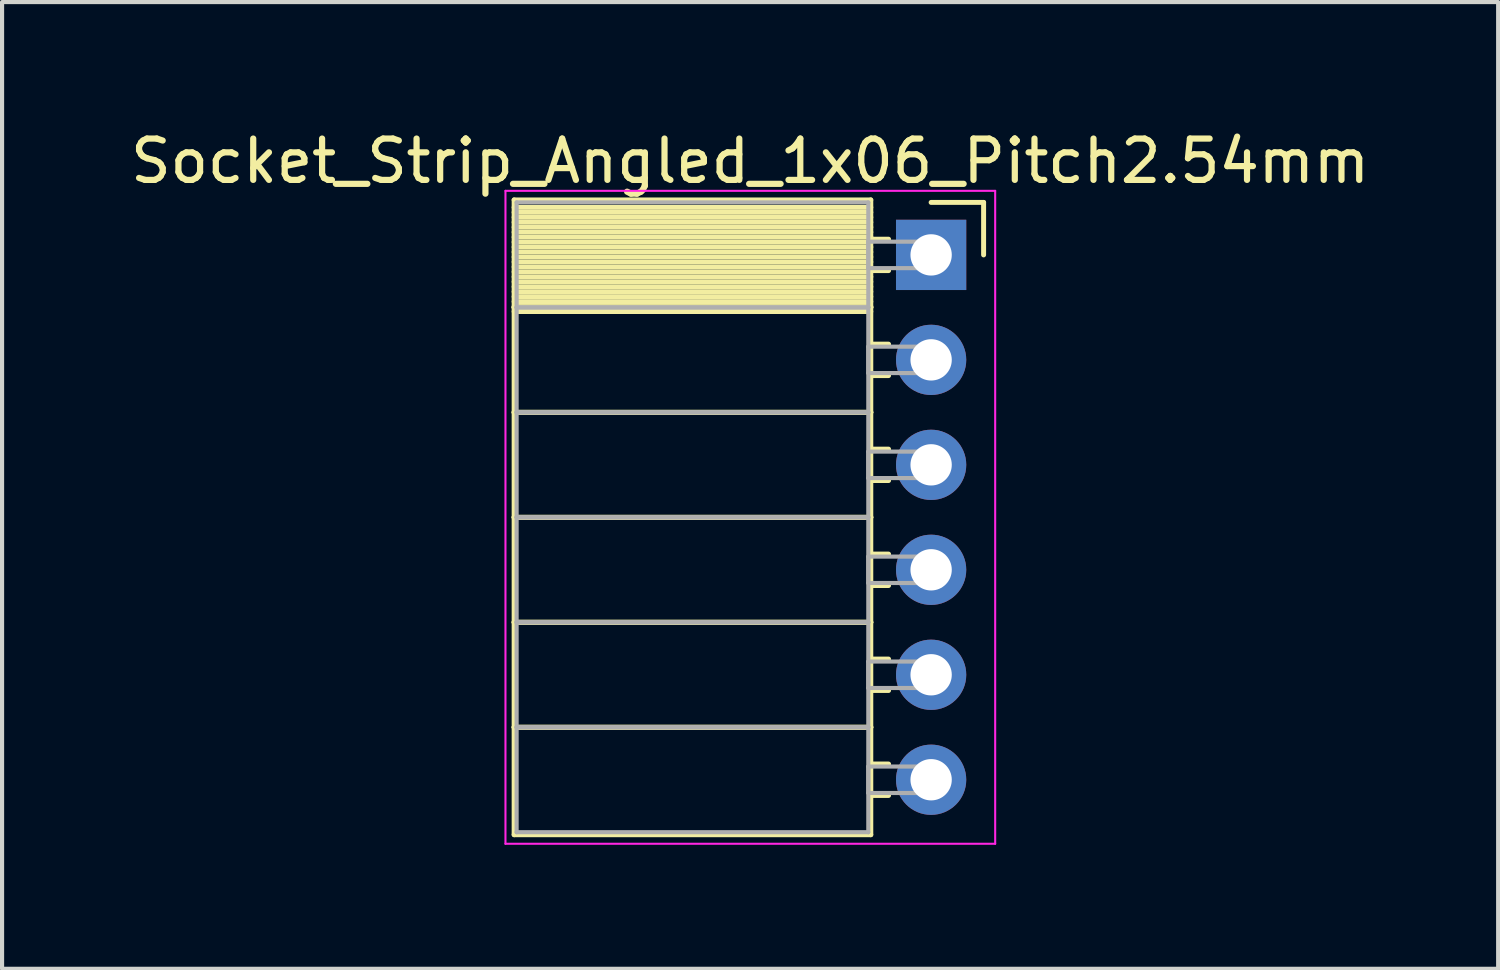
<source format=kicad_pcb>
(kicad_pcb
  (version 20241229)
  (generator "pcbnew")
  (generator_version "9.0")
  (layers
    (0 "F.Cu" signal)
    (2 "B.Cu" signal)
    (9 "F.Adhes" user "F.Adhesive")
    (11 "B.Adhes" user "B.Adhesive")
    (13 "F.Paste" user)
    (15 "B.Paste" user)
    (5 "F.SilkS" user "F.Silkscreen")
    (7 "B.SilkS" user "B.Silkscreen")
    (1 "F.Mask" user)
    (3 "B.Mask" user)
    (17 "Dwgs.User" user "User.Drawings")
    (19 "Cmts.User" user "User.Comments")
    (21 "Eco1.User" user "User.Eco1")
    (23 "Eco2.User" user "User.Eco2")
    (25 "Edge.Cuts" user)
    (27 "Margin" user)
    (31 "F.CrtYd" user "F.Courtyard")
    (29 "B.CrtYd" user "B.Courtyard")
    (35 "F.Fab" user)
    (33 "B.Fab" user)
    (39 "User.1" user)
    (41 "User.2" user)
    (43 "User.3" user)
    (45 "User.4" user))
  (footprint "Socket_Strip_Angled_1x06_Pitch2.54mm"
    (layer "F.Cu")
    (at 19.481 3.118)
    (property "Reference" "Socket_Strip_Angled_1x06_Pitch2.54mm" (at -4.38 -2.27 0) (layer "F.SilkS") (effects (font (size 1 1) (thickness 0.15))))
    (attr through_hole)
    (fp_line (start -10.09 -1.33) (end -1.46 -1.33) (stroke (width 0.12) (type solid)) (layer "F.SilkS"))
    (fp_line (start -10.09 1.27) (end -10.09 -1.33) (stroke (width 0.12) (type solid)) (layer "F.SilkS"))
    (fp_line (start -10.09 1.27) (end -1.46 1.27) (stroke (width 0.12) (type solid)) (layer "F.SilkS"))
    (fp_line (start -10.09 3.81) (end -10.09 1.27) (stroke (width 0.12) (type solid)) (layer "F.SilkS"))
    (fp_line (start -10.09 3.81) (end -1.46 3.81) (stroke (width 0.12) (type solid)) (layer "F.SilkS"))
    (fp_line (start -10.09 6.35) (end -10.09 3.81) (stroke (width 0.12) (type solid)) (layer "F.SilkS"))
    (fp_line (start -10.09 6.35) (end -1.46 6.35) (stroke (width 0.12) (type solid)) (layer "F.SilkS"))
    (fp_line (start -10.09 8.89) (end -10.09 6.35) (stroke (width 0.12) (type solid)) (layer "F.SilkS"))
    (fp_line (start -10.09 8.89) (end -1.46 8.89) (stroke (width 0.12) (type solid)) (layer "F.SilkS"))
    (fp_line (start -10.09 11.43) (end -10.09 8.89) (stroke (width 0.12) (type solid)) (layer "F.SilkS"))
    (fp_line (start -10.09 11.43) (end -1.46 11.43) (stroke (width 0.12) (type solid)) (layer "F.SilkS"))
    (fp_line (start -10.09 14.03) (end -10.09 11.43) (stroke (width 0.12) (type solid)) (layer "F.SilkS"))
    (fp_line (start -1.46 -1.33) (end -1.46 1.27) (stroke (width 0.12) (type solid)) (layer "F.SilkS"))
    (fp_line (start -1.46 -1.15) (end -10.09 -1.15) (stroke (width 0.12) (type solid)) (layer "F.SilkS"))
    (fp_line (start -1.46 -1.03) (end -10.09 -1.03) (stroke (width 0.12) (type solid)) (layer "F.SilkS"))
    (fp_line (start -1.46 -0.91) (end -10.09 -0.91) (stroke (width 0.12) (type solid)) (layer "F.SilkS"))
    (fp_line (start -1.46 -0.79) (end -10.09 -0.79) (stroke (width 0.12) (type solid)) (layer "F.SilkS"))
    (fp_line (start -1.46 -0.67) (end -10.09 -0.67) (stroke (width 0.12) (type solid)) (layer "F.SilkS"))
    (fp_line (start -1.46 -0.55) (end -10.09 -0.55) (stroke (width 0.12) (type solid)) (layer "F.SilkS"))
    (fp_line (start -1.46 -0.43) (end -10.09 -0.43) (stroke (width 0.12) (type solid)) (layer "F.SilkS"))
    (fp_line (start -1.46 -0.31) (end -10.09 -0.31) (stroke (width 0.12) (type solid)) (layer "F.SilkS"))
    (fp_line (start -1.46 -0.19) (end -10.09 -0.19) (stroke (width 0.12) (type solid)) (layer "F.SilkS"))
    (fp_line (start -1.46 -0.07) (end -10.09 -0.07) (stroke (width 0.12) (type solid)) (layer "F.SilkS"))
    (fp_line (start -1.46 0.05) (end -10.09 0.05) (stroke (width 0.12) (type solid)) (layer "F.SilkS"))
    (fp_line (start -1.46 0.17) (end -10.09 0.17) (stroke (width 0.12) (type solid)) (layer "F.SilkS"))
    (fp_line (start -1.46 0.29) (end -10.09 0.29) (stroke (width 0.12) (type solid)) (layer "F.SilkS"))
    (fp_line (start -1.46 0.41) (end -10.09 0.41) (stroke (width 0.12) (type solid)) (layer "F.SilkS"))
    (fp_line (start -1.46 0.53) (end -10.09 0.53) (stroke (width 0.12) (type solid)) (layer "F.SilkS"))
    (fp_line (start -1.46 0.65) (end -10.09 0.65) (stroke (width 0.12) (type solid)) (layer "F.SilkS"))
    (fp_line (start -1.46 0.77) (end -10.09 0.77) (stroke (width 0.12) (type solid)) (layer "F.SilkS"))
    (fp_line (start -1.46 0.89) (end -10.09 0.89) (stroke (width 0.12) (type solid)) (layer "F.SilkS"))
    (fp_line (start -1.46 1.01) (end -10.09 1.01) (stroke (width 0.12) (type solid)) (layer "F.SilkS"))
    (fp_line (start -1.46 1.13) (end -10.09 1.13) (stroke (width 0.12) (type solid)) (layer "F.SilkS"))
    (fp_line (start -1.46 1.25) (end -10.09 1.25) (stroke (width 0.12) (type solid)) (layer "F.SilkS"))
    (fp_line (start -1.46 1.27) (end -10.09 1.27) (stroke (width 0.12) (type solid)) (layer "F.SilkS"))
    (fp_line (start -1.46 1.27) (end -1.46 3.81) (stroke (width 0.12) (type solid)) (layer "F.SilkS"))
    (fp_line (start -1.46 1.37) (end -10.09 1.37) (stroke (width 0.12) (type solid)) (layer "F.SilkS"))
    (fp_line (start -1.46 3.81) (end -10.09 3.81) (stroke (width 0.12) (type solid)) (layer "F.SilkS"))
    (fp_line (start -1.46 3.81) (end -1.46 6.35) (stroke (width 0.12) (type solid)) (layer "F.SilkS"))
    (fp_line (start -1.46 6.35) (end -10.09 6.35) (stroke (width 0.12) (type solid)) (layer "F.SilkS"))
    (fp_line (start -1.46 6.35) (end -1.46 8.89) (stroke (width 0.12) (type solid)) (layer "F.SilkS"))
    (fp_line (start -1.46 8.89) (end -10.09 8.89) (stroke (width 0.12) (type solid)) (layer "F.SilkS"))
    (fp_line (start -1.46 8.89) (end -1.46 11.43) (stroke (width 0.12) (type solid)) (layer "F.SilkS"))
    (fp_line (start -1.46 11.43) (end -10.09 11.43) (stroke (width 0.12) (type solid)) (layer "F.SilkS"))
    (fp_line (start -1.46 11.43) (end -1.46 14.03) (stroke (width 0.12) (type solid)) (layer "F.SilkS"))
    (fp_line (start -1.46 14.03) (end -10.09 14.03) (stroke (width 0.12) (type solid)) (layer "F.SilkS"))
    (fp_line (start -1.03 -0.38) (end -1.46 -0.38) (stroke (width 0.12) (type solid)) (layer "F.SilkS"))
    (fp_line (start -1.03 0.38) (end -1.46 0.38) (stroke (width 0.12) (type solid)) (layer "F.SilkS"))
    (fp_line (start -1.03 2.16) (end -1.46 2.16) (stroke (width 0.12) (type solid)) (layer "F.SilkS"))
    (fp_line (start -1.03 2.92) (end -1.46 2.92) (stroke (width 0.12) (type solid)) (layer "F.SilkS"))
    (fp_line (start -1.03 4.7) (end -1.46 4.7) (stroke (width 0.12) (type solid)) (layer "F.SilkS"))
    (fp_line (start -1.03 5.46) (end -1.46 5.46) (stroke (width 0.12) (type solid)) (layer "F.SilkS"))
    (fp_line (start -1.03 7.24) (end -1.46 7.24) (stroke (width 0.12) (type solid)) (layer "F.SilkS"))
    (fp_line (start -1.03 8) (end -1.46 8) (stroke (width 0.12) (type solid)) (layer "F.SilkS"))
    (fp_line (start -1.03 9.78) (end -1.46 9.78) (stroke (width 0.12) (type solid)) (layer "F.SilkS"))
    (fp_line (start -1.03 10.54) (end -1.46 10.54) (stroke (width 0.12) (type solid)) (layer "F.SilkS"))
    (fp_line (start -1.03 12.32) (end -1.46 12.32) (stroke (width 0.12) (type solid)) (layer "F.SilkS"))
    (fp_line (start -1.03 13.08) (end -1.46 13.08) (stroke (width 0.12) (type solid)) (layer "F.SilkS"))
    (fp_line (start 0 -1.27) (end 1.27 -1.27) (stroke (width 0.12) (type solid)) (layer "F.SilkS"))
    (fp_line (start 1.27 -1.27) (end 1.27 0) (stroke (width 0.12) (type solid)) (layer "F.SilkS"))
    (fp_line (start -10.3 -1.55) (end 1.55 -1.55) (stroke (width 0.05) (type solid)) (layer "F.CrtYd"))
    (fp_line (start -10.3 14.25) (end -10.3 -1.55) (stroke (width 0.05) (type solid)) (layer "F.CrtYd"))
    (fp_line (start 1.55 -1.55) (end 1.55 14.25) (stroke (width 0.05) (type solid)) (layer "F.CrtYd"))
    (fp_line (start 1.55 14.25) (end -10.3 14.25) (stroke (width 0.05) (type solid)) (layer "F.CrtYd"))
    (fp_line (start -10.03 -1.27) (end -1.52 -1.27) (stroke (width 0.1) (type solid)) (layer "F.Fab"))
    (fp_line (start -10.03 1.27) (end -10.03 -1.27) (stroke (width 0.1) (type solid)) (layer "F.Fab"))
    (fp_line (start -10.03 1.27) (end -1.52 1.27) (stroke (width 0.1) (type solid)) (layer "F.Fab"))
    (fp_line (start -10.03 3.81) (end -10.03 1.27) (stroke (width 0.1) (type solid)) (layer "F.Fab"))
    (fp_line (start -10.03 3.81) (end -1.52 3.81) (stroke (width 0.1) (type solid)) (layer "F.Fab"))
    (fp_line (start -10.03 6.35) (end -10.03 3.81) (stroke (width 0.1) (type solid)) (layer "F.Fab"))
    (fp_line (start -10.03 6.35) (end -1.52 6.35) (stroke (width 0.1) (type solid)) (layer "F.Fab"))
    (fp_line (start -10.03 8.89) (end -10.03 6.35) (stroke (width 0.1) (type solid)) (layer "F.Fab"))
    (fp_line (start -10.03 8.89) (end -1.52 8.89) (stroke (width 0.1) (type solid)) (layer "F.Fab"))
    (fp_line (start -10.03 11.43) (end -10.03 8.89) (stroke (width 0.1) (type solid)) (layer "F.Fab"))
    (fp_line (start -10.03 11.43) (end -1.52 11.43) (stroke (width 0.1) (type solid)) (layer "F.Fab"))
    (fp_line (start -10.03 13.97) (end -10.03 11.43) (stroke (width 0.1) (type solid)) (layer "F.Fab"))
    (fp_line (start -1.52 -1.27) (end -1.52 1.27) (stroke (width 0.1) (type solid)) (layer "F.Fab"))
    (fp_line (start -1.52 -0.32) (end 0 -0.32) (stroke (width 0.1) (type solid)) (layer "F.Fab"))
    (fp_line (start -1.52 0.32) (end -1.52 -0.32) (stroke (width 0.1) (type solid)) (layer "F.Fab"))
    (fp_line (start -1.52 1.27) (end -10.03 1.27) (stroke (width 0.1) (type solid)) (layer "F.Fab"))
    (fp_line (start -1.52 1.27) (end -1.52 3.81) (stroke (width 0.1) (type solid)) (layer "F.Fab"))
    (fp_line (start -1.52 2.22) (end 0 2.22) (stroke (width 0.1) (type solid)) (layer "F.Fab"))
    (fp_line (start -1.52 2.86) (end -1.52 2.22) (stroke (width 0.1) (type solid)) (layer "F.Fab"))
    (fp_line (start -1.52 3.81) (end -10.03 3.81) (stroke (width 0.1) (type solid)) (layer "F.Fab"))
    (fp_line (start -1.52 3.81) (end -1.52 6.35) (stroke (width 0.1) (type solid)) (layer "F.Fab"))
    (fp_line (start -1.52 4.76) (end 0 4.76) (stroke (width 0.1) (type solid)) (layer "F.Fab"))
    (fp_line (start -1.52 5.4) (end -1.52 4.76) (stroke (width 0.1) (type solid)) (layer "F.Fab"))
    (fp_line (start -1.52 6.35) (end -10.03 6.35) (stroke (width 0.1) (type solid)) (layer "F.Fab"))
    (fp_line (start -1.52 6.35) (end -1.52 8.89) (stroke (width 0.1) (type solid)) (layer "F.Fab"))
    (fp_line (start -1.52 7.3) (end 0 7.3) (stroke (width 0.1) (type solid)) (layer "F.Fab"))
    (fp_line (start -1.52 7.94) (end -1.52 7.3) (stroke (width 0.1) (type solid)) (layer "F.Fab"))
    (fp_line (start -1.52 8.89) (end -10.03 8.89) (stroke (width 0.1) (type solid)) (layer "F.Fab"))
    (fp_line (start -1.52 8.89) (end -1.52 11.43) (stroke (width 0.1) (type solid)) (layer "F.Fab"))
    (fp_line (start -1.52 9.84) (end 0 9.84) (stroke (width 0.1) (type solid)) (layer "F.Fab"))
    (fp_line (start -1.52 10.48) (end -1.52 9.84) (stroke (width 0.1) (type solid)) (layer "F.Fab"))
    (fp_line (start -1.52 11.43) (end -10.03 11.43) (stroke (width 0.1) (type solid)) (layer "F.Fab"))
    (fp_line (start -1.52 11.43) (end -1.52 13.97) (stroke (width 0.1) (type solid)) (layer "F.Fab"))
    (fp_line (start -1.52 12.38) (end 0 12.38) (stroke (width 0.1) (type solid)) (layer "F.Fab"))
    (fp_line (start -1.52 13.02) (end -1.52 12.38) (stroke (width 0.1) (type solid)) (layer "F.Fab"))
    (fp_line (start -1.52 13.97) (end -10.03 13.97) (stroke (width 0.1) (type solid)) (layer "F.Fab"))
    (fp_line (start 0 -0.32) (end 0 0.32) (stroke (width 0.1) (type solid)) (layer "F.Fab"))
    (fp_line (start 0 0.32) (end -1.52 0.32) (stroke (width 0.1) (type solid)) (layer "F.Fab"))
    (fp_line (start 0 2.22) (end 0 2.86) (stroke (width 0.1) (type solid)) (layer "F.Fab"))
    (fp_line (start 0 2.86) (end -1.52 2.86) (stroke (width 0.1) (type solid)) (layer "F.Fab"))
    (fp_line (start 0 4.76) (end 0 5.4) (stroke (width 0.1) (type solid)) (layer "F.Fab"))
    (fp_line (start 0 5.4) (end -1.52 5.4) (stroke (width 0.1) (type solid)) (layer "F.Fab"))
    (fp_line (start 0 7.3) (end 0 7.94) (stroke (width 0.1) (type solid)) (layer "F.Fab"))
    (fp_line (start 0 7.94) (end -1.52 7.94) (stroke (width 0.1) (type solid)) (layer "F.Fab"))
    (fp_line (start 0 9.84) (end 0 10.48) (stroke (width 0.1) (type solid)) (layer "F.Fab"))
    (fp_line (start 0 10.48) (end -1.52 10.48) (stroke (width 0.1) (type solid)) (layer "F.Fab"))
    (fp_line (start 0 12.38) (end 0 13.02) (stroke (width 0.1) (type solid)) (layer "F.Fab"))
    (fp_line (start 0 13.02) (end -1.52 13.02) (stroke (width 0.1) (type solid)) (layer "F.Fab"))
    (pad "1" thru_hole rect (at 0 0) (size 1.7 1.7) (drill 1) (layers "*.Cu" "*.Mask"))
    (pad "2" thru_hole oval (at 0 2.54) (size 1.7 1.7) (drill 1) (layers "*.Cu" "*.Mask"))
    (pad "3" thru_hole oval (at 0 5.08) (size 1.7 1.7) (drill 1) (layers "*.Cu" "*.Mask"))
    (pad "4" thru_hole oval (at 0 7.62) (size 1.7 1.7) (drill 1) (layers "*.Cu" "*.Mask"))
    (pad "5" thru_hole oval (at 0 10.16) (size 1.7 1.7) (drill 1) (layers "*.Cu" "*.Mask"))
    (pad "6" thru_hole oval (at 0 12.7) (size 1.7 1.7) (drill 1) (layers "*.Cu" "*.Mask")))
  (gr_rect
    (start -3 -3)
    (end 33.202 20.393)
    (stroke (width 0.1) (type default))
    (fill no)
    (layer "Edge.Cuts")))
</source>
